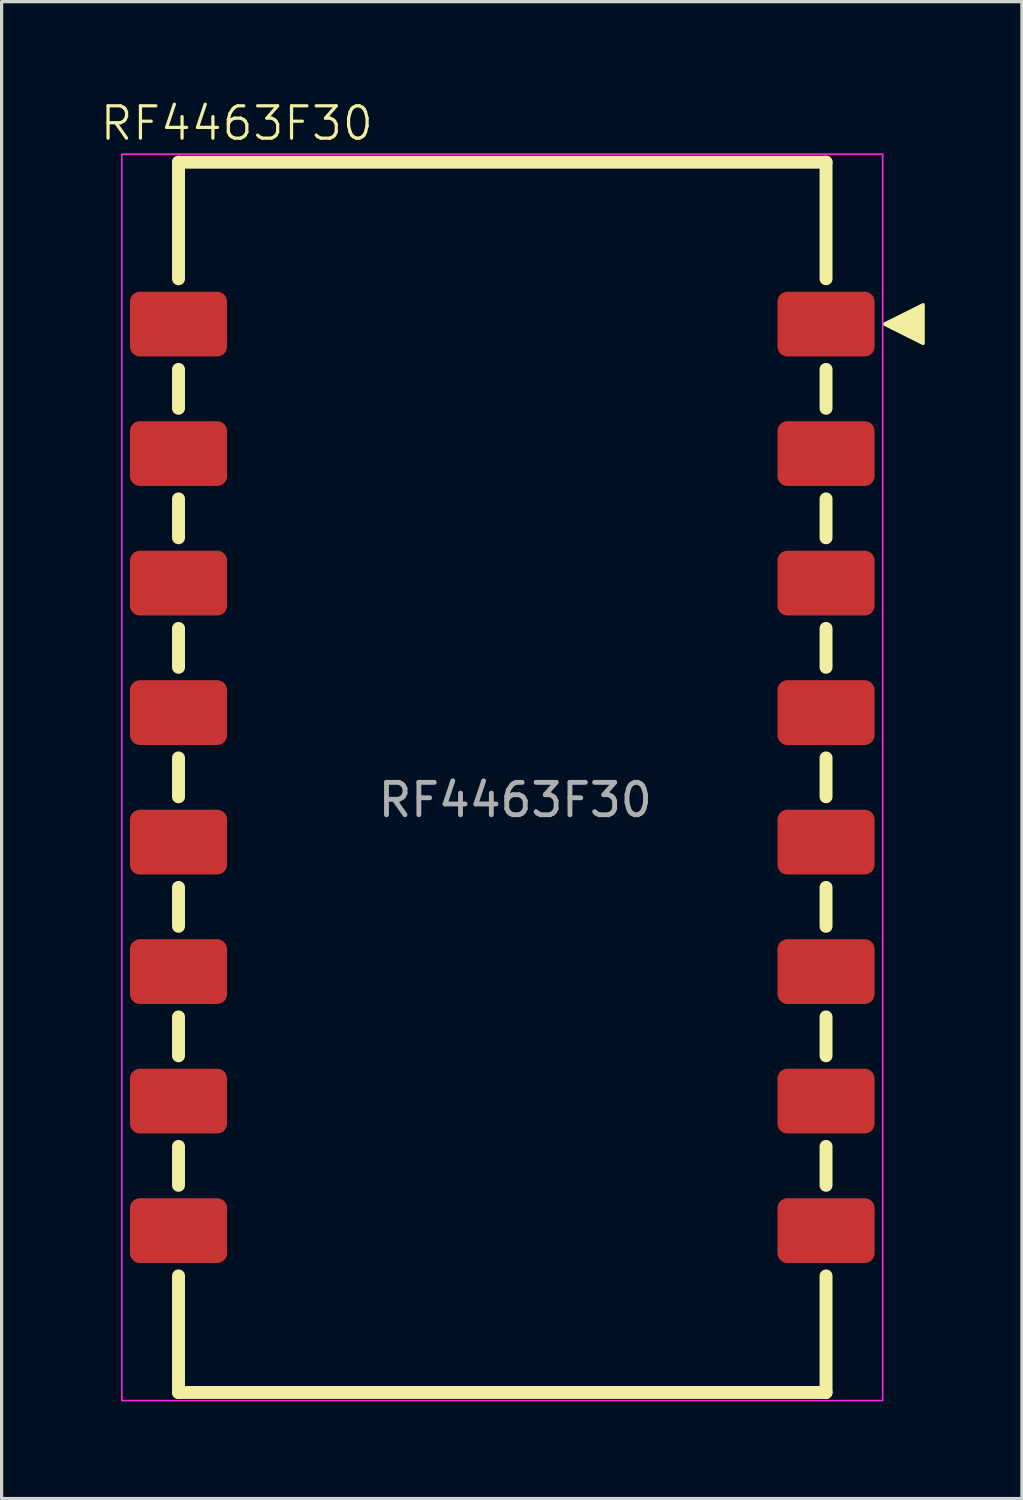
<source format=kicad_pcb>
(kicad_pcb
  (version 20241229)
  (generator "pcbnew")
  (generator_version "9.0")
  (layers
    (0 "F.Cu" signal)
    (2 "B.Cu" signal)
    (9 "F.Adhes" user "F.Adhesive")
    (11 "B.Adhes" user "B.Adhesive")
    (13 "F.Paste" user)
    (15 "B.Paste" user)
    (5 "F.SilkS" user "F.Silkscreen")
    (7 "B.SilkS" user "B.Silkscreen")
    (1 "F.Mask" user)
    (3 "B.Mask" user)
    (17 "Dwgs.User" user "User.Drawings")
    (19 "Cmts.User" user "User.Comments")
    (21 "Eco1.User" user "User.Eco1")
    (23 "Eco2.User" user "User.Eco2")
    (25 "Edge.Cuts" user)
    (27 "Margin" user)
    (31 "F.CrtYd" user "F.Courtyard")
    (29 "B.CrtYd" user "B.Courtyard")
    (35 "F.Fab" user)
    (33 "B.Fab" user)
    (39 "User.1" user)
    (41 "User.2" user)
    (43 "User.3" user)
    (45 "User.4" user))
  (footprint "RF4463F30"
    (layer "F.Cu")
    (at 22.464 6.96)
    (property "Reference" "RF4463F30" (at -18.2 -6.2 0) (unlocked yes) (layer "F.SilkS") (effects (font (size 1 1) (thickness 0.1))))
    (attr smd)
    (fp_line (start -20 -5) (end -20 -1.4) (stroke (width 0.4) (type solid)) (layer "F.SilkS"))
    (fp_line (start -20 1.4) (end -20 2.6) (stroke (width 0.4) (type solid)) (layer "F.SilkS"))
    (fp_line (start -20 5.4) (end -20 6.6) (stroke (width 0.4) (type solid)) (layer "F.SilkS"))
    (fp_line (start -20 9.4) (end -20 10.6) (stroke (width 0.4) (type solid)) (layer "F.SilkS"))
    (fp_line (start -20 13.4) (end -20 14.6) (stroke (width 0.4) (type solid)) (layer "F.SilkS"))
    (fp_line (start -20 17.4) (end -20 18.6) (stroke (width 0.4) (type solid)) (layer "F.SilkS"))
    (fp_line (start -20 21.4) (end -20 22.6) (stroke (width 0.4) (type solid)) (layer "F.SilkS"))
    (fp_line (start -20 25.4) (end -20 26.6) (stroke (width 0.4) (type solid)) (layer "F.SilkS"))
    (fp_line (start -20 33) (end -20 29.4) (stroke (width 0.4) (type solid)) (layer "F.SilkS"))
    (fp_line (start 0 -5) (end -20 -5) (stroke (width 0.4) (type solid)) (layer "F.SilkS"))
    (fp_line (start 0 -5) (end 0 -1.4) (stroke (width 0.4) (type solid)) (layer "F.SilkS"))
    (fp_line (start 0 1.4) (end 0 2.6) (stroke (width 0.4) (type solid)) (layer "F.SilkS"))
    (fp_line (start 0 5.4) (end 0 6.6) (stroke (width 0.4) (type solid)) (layer "F.SilkS"))
    (fp_line (start 0 9.4) (end 0 10.6) (stroke (width 0.4) (type solid)) (layer "F.SilkS"))
    (fp_line (start 0 13.4) (end 0 14.6) (stroke (width 0.4) (type solid)) (layer "F.SilkS"))
    (fp_line (start 0 17.4) (end 0 18.6) (stroke (width 0.4) (type solid)) (layer "F.SilkS"))
    (fp_line (start 0 21.4) (end 0 22.6) (stroke (width 0.4) (type solid)) (layer "F.SilkS"))
    (fp_line (start 0 25.4) (end 0 26.6) (stroke (width 0.4) (type solid)) (layer "F.SilkS"))
    (fp_line (start 0 33) (end -20 33) (stroke (width 0.4) (type solid)) (layer "F.SilkS"))
    (fp_line (start 0 33) (end 0 29.4) (stroke (width 0.4) (type solid)) (layer "F.SilkS"))
    (fp_poly (pts (xy 1.8 0) (xy 3 -0.6) (xy 3 0.6)) (stroke (width 0.1) (type solid)) (fill yes) (layer "F.SilkS"))
    (fp_rect (start -21.75 -5.25) (end 1.75 33.25) (stroke (width 0.05) (type default)) (fill no) (layer "F.CrtYd"))
    (fp_text user "${REFERENCE}" (at -9.6 14.7 0) (unlocked yes) (layer "F.Fab") (effects (font (size 1 1) (thickness 0.15))))
    (pad "1" smd roundrect (at 0 0) (size 3 2) (layers "F.Cu" "F.Mask" "F.Paste") (roundrect_rratio 0.15))
    (pad "2" smd roundrect (at 0 4) (size 3 2) (layers "F.Cu" "F.Mask" "F.Paste") (roundrect_rratio 0.15))
    (pad "3" smd roundrect (at 0 8) (size 3 2) (layers "F.Cu" "F.Mask" "F.Paste") (roundrect_rratio 0.15))
    (pad "4" smd roundrect (at 0 12) (size 3 2) (layers "F.Cu" "F.Mask" "F.Paste") (roundrect_rratio 0.15))
    (pad "5" smd roundrect (at 0 16) (size 3 2) (layers "F.Cu" "F.Mask" "F.Paste") (roundrect_rratio 0.15))
    (pad "6" smd roundrect (at 0 20) (size 3 2) (layers "F.Cu" "F.Mask" "F.Paste") (roundrect_rratio 0.15))
    (pad "7" smd roundrect (at 0 24) (size 3 2) (layers "F.Cu" "F.Mask" "F.Paste") (roundrect_rratio 0.15))
    (pad "8" smd roundrect (at 0 28) (size 3 2) (layers "F.Cu" "F.Mask" "F.Paste") (roundrect_rratio 0.15))
    (pad "9" smd roundrect (at -20 28) (size 3 2) (layers "F.Cu" "F.Mask" "F.Paste") (roundrect_rratio 0.15))
    (pad "10" smd roundrect (at -20 24) (size 3 2) (layers "F.Cu" "F.Mask" "F.Paste") (roundrect_rratio 0.15))
    (pad "11" smd roundrect (at -20 20) (size 3 2) (layers "F.Cu" "F.Mask" "F.Paste") (roundrect_rratio 0.15))
    (pad "12" smd roundrect (at -20 16) (size 3 2) (layers "F.Cu" "F.Mask" "F.Paste") (roundrect_rratio 0.15))
    (pad "13" smd roundrect (at -20 12) (size 3 2) (layers "F.Cu" "F.Mask" "F.Paste") (roundrect_rratio 0.15))
    (pad "14" smd roundrect (at -20 8) (size 3 2) (layers "F.Cu" "F.Mask" "F.Paste") (roundrect_rratio 0.15))
    (pad "15" smd roundrect (at -20 4) (size 3 2) (layers "F.Cu" "F.Mask" "F.Paste") (roundrect_rratio 0.15))
    (pad "16" smd roundrect (at -20 0) (size 3 2) (layers "F.Cu" "F.Mask" "F.Paste") (roundrect_rratio 0.15)))
  (gr_rect
    (start -3 -3)
    (end 28.514 43.236)
    (stroke (width 0.1) (type default))
    (fill no)
    (layer "Edge.Cuts")))
</source>
